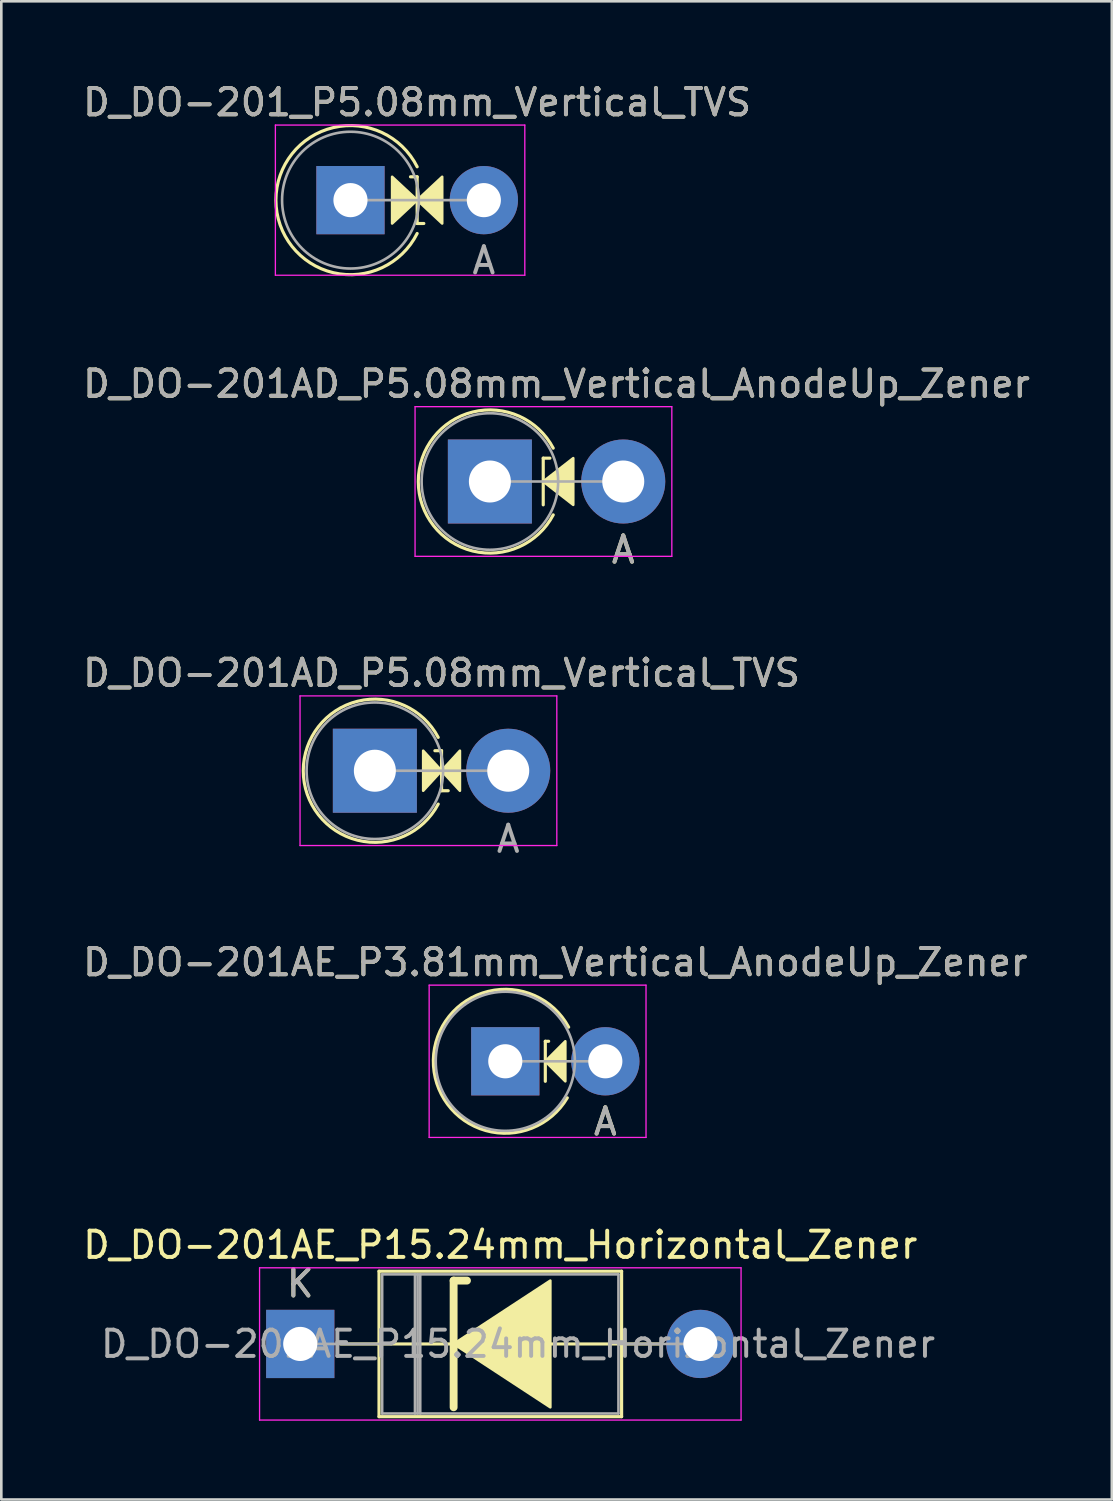
<source format=kicad_pcb>
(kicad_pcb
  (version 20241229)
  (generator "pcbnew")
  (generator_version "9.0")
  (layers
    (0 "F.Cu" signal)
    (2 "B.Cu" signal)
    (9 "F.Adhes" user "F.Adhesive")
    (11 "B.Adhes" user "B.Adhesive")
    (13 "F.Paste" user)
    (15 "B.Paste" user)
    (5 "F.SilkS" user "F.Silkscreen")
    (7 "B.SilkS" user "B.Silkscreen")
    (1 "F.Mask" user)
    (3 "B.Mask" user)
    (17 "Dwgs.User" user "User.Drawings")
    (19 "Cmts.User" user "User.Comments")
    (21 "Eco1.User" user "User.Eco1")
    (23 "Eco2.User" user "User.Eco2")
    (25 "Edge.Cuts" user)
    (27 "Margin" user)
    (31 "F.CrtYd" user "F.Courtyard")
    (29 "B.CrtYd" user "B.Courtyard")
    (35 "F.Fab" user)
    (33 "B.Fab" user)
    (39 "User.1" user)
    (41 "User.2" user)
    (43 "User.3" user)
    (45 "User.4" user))
  (footprint "D_DO-201AD_P5.08mm_Vertical_AnodeUp_Zener"
    (layer "F.Cu")
    (at 15.609 15.29)
    (property "Reference" "D_DO-201AD_P5.08mm_Vertical_AnodeUp_Zener" (at 2.54 -3.72 0) (layer "F.SilkS") (effects (font (size 1 1) (thickness 0.15))))
    (attr through_hole)
    (fp_line (start 2.032 -0.889) (end 2.286 -0.889) (stroke (width 0.12) (type solid)) (layer "F.SilkS"))
    (fp_line (start 2.032 0.889) (end 2.032 -0.889) (stroke (width 0.12) (type solid)) (layer "F.SilkS"))
    (fp_arc (start 2.412999 1.27) (mid -2.726805 0) (end 2.412999 -1.269999) (stroke (width 0.12) (type solid)) (layer "F.SilkS"))
    (fp_poly (pts (xy 3.175 0.889) (xy 2.032 0) (xy 3.175 -0.889)) (stroke (width 0.1) (type solid)) (fill yes) (layer "F.SilkS"))
    (fp_line (start -2.85 -2.85) (end -2.85 2.85) (stroke (width 0.05) (type solid)) (layer "F.CrtYd"))
    (fp_line (start -2.85 2.85) (end 6.93 2.85) (stroke (width 0.05) (type solid)) (layer "F.CrtYd"))
    (fp_line (start 6.93 -2.85) (end -2.85 -2.85) (stroke (width 0.05) (type solid)) (layer "F.CrtYd"))
    (fp_line (start 6.93 2.85) (end 6.93 -2.85) (stroke (width 0.05) (type solid)) (layer "F.CrtYd"))
    (fp_line (start 0 0) (end 5.08 0) (stroke (width 0.1) (type solid)) (layer "F.Fab"))
    (fp_circle (center 0 0) (end 2.6 0) (stroke (width 0.1) (type solid)) (fill no) (layer "F.Fab"))
    (fp_text user "A" (at 5.08 2.6 0) (layer "F.SilkS") (effects (font (size 1 1) (thickness 0.15))))
    (fp_text user "${REFERENCE}" (at 2.54 -3.72 0) (layer "F.Fab") (effects (font (size 1 1) (thickness 0.15))))
    (fp_text user "A" (at 5.08 2.6 0) (layer "F.Fab") (effects (font (size 1 1) (thickness 0.15))))
    (pad "1" thru_hole rect (at 0 0) (size 3.2 3.2) (drill 1.6) (layers "*.Cu" "*.Mask"))
    (pad "2" thru_hole oval (at 5.08 0) (size 3.2 3.2) (drill 1.6) (layers "*.Cu" "*.Mask")))
  (footprint "D_DO-201AE_P3.81mm_Vertical_AnodeUp_Zener"
    (layer "F.Cu")
    (at 16.196 37.373)
    (property "Reference" "D_DO-201AE_P3.81mm_Vertical_AnodeUp_Zener" (at 1.905 -3.77 0) (layer "F.SilkS") (effects (font (size 1 1) (thickness 0.15))))
    (attr through_hole)
    (fp_line (start 1.524 -0.762) (end 1.524 0.762) (stroke (width 0.12) (type solid)) (layer "F.SilkS"))
    (fp_line (start 1.524 -0.762) (end 1.651 -0.762) (stroke (width 0.12) (type solid)) (layer "F.SilkS"))
    (fp_arc (start 2.361782 1.391144) (mid -2.74054 -0.052312) (end 2.413151 -1.3) (stroke (width 0.12) (type solid)) (layer "F.SilkS"))
    (fp_poly (pts (xy 2.286 0.762) (xy 1.524 0) (xy 2.286 -0.762)) (stroke (width 0.1) (type solid)) (fill yes) (layer "F.SilkS"))
    (fp_line (start -2.9 -2.9) (end -2.9 2.9) (stroke (width 0.05) (type solid)) (layer "F.CrtYd"))
    (fp_line (start -2.9 2.9) (end 5.36 2.9) (stroke (width 0.05) (type solid)) (layer "F.CrtYd"))
    (fp_line (start 5.36 -2.9) (end -2.9 -2.9) (stroke (width 0.05) (type solid)) (layer "F.CrtYd"))
    (fp_line (start 5.36 2.9) (end 5.36 -2.9) (stroke (width 0.05) (type solid)) (layer "F.CrtYd"))
    (fp_line (start 0 0) (end 3.81 0) (stroke (width 0.1) (type solid)) (layer "F.Fab"))
    (fp_circle (center 0 0) (end 2.65 0) (stroke (width 0.1) (type solid)) (fill no) (layer "F.Fab"))
    (fp_text user "A" (at 3.81 2.3 0) (layer "F.SilkS") (effects (font (size 1 1) (thickness 0.15))))
    (fp_text user "A" (at 3.81 2.3 0) (layer "F.Fab") (effects (font (size 1 1) (thickness 0.15))))
    (fp_text user "${REFERENCE}" (at 1.905 -3.77 0) (layer "F.Fab") (effects (font (size 1 1) (thickness 0.15))))
    (pad "1" thru_hole rect (at 0 0) (size 2.6 2.6) (drill 1.3) (layers "*.Cu" "*.Mask"))
    (pad "2" thru_hole oval (at 3.81 0) (size 2.6 2.6) (drill 1.3) (layers "*.Cu" "*.Mask")))
  (footprint "D_DO-201AD_P5.08mm_Vertical_TVS"
    (layer "F.Cu")
    (at 11.228 26.306)
    (property "Reference" "D_DO-201AD_P5.08mm_Vertical_TVS" (at 2.54 -3.72 0) (layer "F.SilkS") (effects (font (size 1 1) (thickness 0.15))))
    (attr through_hole)
    (fp_line (start 2.54 -0.762) (end 2.286 -0.762) (stroke (width 0.12) (type solid)) (layer "F.SilkS"))
    (fp_line (start 2.54 -0.762) (end 2.54 0.762) (stroke (width 0.12) (type solid)) (layer "F.SilkS"))
    (fp_line (start 2.54 0.762) (end 2.794 0.762) (stroke (width 0.12) (type solid)) (layer "F.SilkS"))
    (fp_arc (start 2.412999 1.27) (mid -2.726805 0) (end 2.412999 -1.269999) (stroke (width 0.12) (type solid)) (layer "F.SilkS"))
    (fp_poly (pts (xy 1.841 -0.762) (xy 2.54 0) (xy 1.841 0.762)) (stroke (width 0.1) (type solid)) (fill yes) (layer "F.SilkS"))
    (fp_poly (pts (xy 3.239 0.762) (xy 2.54 0) (xy 3.239 -0.762)) (stroke (width 0.1) (type solid)) (fill yes) (layer "F.SilkS"))
    (fp_line (start -2.85 -2.85) (end -2.85 2.85) (stroke (width 0.05) (type solid)) (layer "F.CrtYd"))
    (fp_line (start -2.85 2.85) (end 6.93 2.85) (stroke (width 0.05) (type solid)) (layer "F.CrtYd"))
    (fp_line (start 6.93 -2.85) (end -2.85 -2.85) (stroke (width 0.05) (type solid)) (layer "F.CrtYd"))
    (fp_line (start 6.93 2.85) (end 6.93 -2.85) (stroke (width 0.05) (type solid)) (layer "F.CrtYd"))
    (fp_line (start 0 0) (end 5.08 0) (stroke (width 0.1) (type solid)) (layer "F.Fab"))
    (fp_circle (center 0 0) (end 2.6 0) (stroke (width 0.1) (type solid)) (fill no) (layer "F.Fab"))
    (fp_text user "${REFERENCE}" (at 2.54 -3.72 0) (layer "F.Fab") (effects (font (size 1 1) (thickness 0.15))))
    (fp_text user "A" (at 5.08 2.6 0) (layer "F.Fab") (effects (font (size 1 1) (thickness 0.15))))
    (pad "1" thru_hole rect (at 0 0) (size 3.2 3.2) (drill 1.6) (layers "*.Cu" "*.Mask"))
    (pad "2" thru_hole oval (at 5.08 0) (size 3.2 3.2) (drill 1.6) (layers "*.Cu" "*.Mask")))
  (footprint "D_DO-201_P5.08mm_Vertical_TVS"
    (layer "F.Cu")
    (at 10.299 4.573)
    (property "Reference" "D_DO-201_P5.08mm_Vertical_TVS" (at 2.54 -3.725 0) (layer "F.SilkS") (effects (font (size 1 1) (thickness 0.15))))
    (attr through_hole)
    (fp_line (start 2.54 -0.889) (end 2.286 -0.889) (stroke (width 0.12) (type solid)) (layer "F.SilkS"))
    (fp_line (start 2.54 -0.889) (end 2.54 0.889) (stroke (width 0.12) (type solid)) (layer "F.SilkS"))
    (fp_line (start 2.54 0.889) (end 2.794 0.889) (stroke (width 0.12) (type solid)) (layer "F.SilkS"))
    (fp_arc (start 2.539999 1.27) (mid -2.839805 0) (end 2.539999 -1.269999) (stroke (width 0.12) (type solid)) (layer "F.SilkS"))
    (fp_poly (pts (xy 1.587 -0.889) (xy 2.54 0) (xy 1.587 0.889)) (stroke (width 0.1) (type solid)) (fill yes) (layer "F.SilkS"))
    (fp_poly (pts (xy 3.493 0.889) (xy 2.54 0) (xy 3.493 -0.889)) (stroke (width 0.1) (type solid)) (fill yes) (layer "F.SilkS"))
    (fp_line (start -2.86 -2.86) (end -2.86 2.86) (stroke (width 0.05) (type solid)) (layer "F.CrtYd"))
    (fp_line (start -2.86 2.86) (end 6.64 2.86) (stroke (width 0.05) (type solid)) (layer "F.CrtYd"))
    (fp_line (start 6.64 -2.86) (end -2.86 -2.86) (stroke (width 0.05) (type solid)) (layer "F.CrtYd"))
    (fp_line (start 6.64 2.86) (end 6.64 -2.86) (stroke (width 0.05) (type solid)) (layer "F.CrtYd"))
    (fp_line (start 0 0) (end 5.08 0) (stroke (width 0.1) (type solid)) (layer "F.Fab"))
    (fp_circle (center 0 0) (end 2.605 0) (stroke (width 0.1) (type solid)) (fill no) (layer "F.Fab"))
    (fp_text user "A" (at 5.08 2.3 0) (layer "F.Fab") (effects (font (size 1 1) (thickness 0.15))))
    (fp_text user "${REFERENCE}" (at 2.54 -3.725 0) (layer "F.Fab") (effects (font (size 1 1) (thickness 0.15))))
    (pad "1" thru_hole rect (at 0 0) (size 2.6 2.6) (drill 1.3) (layers "*.Cu" "*.Mask"))
    (pad "2" thru_hole oval (at 5.08 0) (size 2.6 2.6) (drill 1.3) (layers "*.Cu" "*.Mask")))
  (footprint "D_DO-201AE_P15.24mm_Horizontal_Zener"
    (layer "F.Cu")
    (at 8.386 48.139)
    (property "Reference" "D_DO-201AE_P15.24mm_Horizontal_Zener" (at 7.62 -3.77 0) (layer "F.SilkS") (effects (font (size 1 1) (thickness 0.15))))
    (attr through_hole)
    (fp_line (start 1.54 0) (end 3 0) (stroke (width 0.12) (type solid)) (layer "F.SilkS"))
    (fp_line (start 3 -2.77) (end 3 2.77) (stroke (width 0.12) (type solid)) (layer "F.SilkS"))
    (fp_line (start 3 2.77) (end 12.24 2.77) (stroke (width 0.12) (type solid)) (layer "F.SilkS"))
    (fp_line (start 5.842 -2.413) (end 5.842 2.413) (stroke (width 0.3) (type solid)) (layer "F.SilkS"))
    (fp_line (start 5.842 -2.413) (end 6.35 -2.413) (stroke (width 0.3) (type solid)) (layer "F.SilkS"))
    (fp_line (start 5.969 0) (end 3 0) (stroke (width 0.12) (type solid)) (layer "F.SilkS"))
    (fp_line (start 9.525 0) (end 12.24 0) (stroke (width 0.12) (type solid)) (layer "F.SilkS"))
    (fp_line (start 12.24 -2.77) (end 3 -2.77) (stroke (width 0.12) (type solid)) (layer "F.SilkS"))
    (fp_line (start 12.24 2.77) (end 12.24 -2.77) (stroke (width 0.12) (type solid)) (layer "F.SilkS"))
    (fp_line (start 13.7 0) (end 12.24 0) (stroke (width 0.12) (type solid)) (layer "F.SilkS"))
    (fp_poly (pts (xy 9.525 2.413) (xy 5.842 0) (xy 9.525 -2.413)) (stroke (width 0.1) (type solid)) (fill yes) (layer "F.SilkS"))
    (fp_line (start -1.55 -2.9) (end -1.55 2.9) (stroke (width 0.05) (type solid)) (layer "F.CrtYd"))
    (fp_line (start -1.55 2.9) (end 16.79 2.9) (stroke (width 0.05) (type solid)) (layer "F.CrtYd"))
    (fp_line (start 16.79 -2.9) (end -1.55 -2.9) (stroke (width 0.05) (type solid)) (layer "F.CrtYd"))
    (fp_line (start 16.79 2.9) (end 16.79 -2.9) (stroke (width 0.05) (type solid)) (layer "F.CrtYd"))
    (fp_line (start 0 0) (end 3.12 0) (stroke (width 0.1) (type solid)) (layer "F.Fab"))
    (fp_line (start 3.12 -2.65) (end 3.12 2.65) (stroke (width 0.1) (type solid)) (layer "F.Fab"))
    (fp_line (start 3.12 2.65) (end 12.12 2.65) (stroke (width 0.1) (type solid)) (layer "F.Fab"))
    (fp_line (start 4.37 -2.65) (end 4.37 2.65) (stroke (width 0.1) (type solid)) (layer "F.Fab"))
    (fp_line (start 4.47 -2.65) (end 4.47 2.65) (stroke (width 0.1) (type solid)) (layer "F.Fab"))
    (fp_line (start 4.57 -2.65) (end 4.57 2.65) (stroke (width 0.1) (type solid)) (layer "F.Fab"))
    (fp_line (start 12.12 -2.65) (end 3.12 -2.65) (stroke (width 0.1) (type solid)) (layer "F.Fab"))
    (fp_line (start 12.12 2.65) (end 12.12 -2.65) (stroke (width 0.1) (type solid)) (layer "F.Fab"))
    (fp_line (start 15.24 0) (end 12.12 0) (stroke (width 0.1) (type solid)) (layer "F.Fab"))
    (fp_text user "K" (at 0 -2.3 0) (layer "F.SilkS") (effects (font (size 1 1) (thickness 0.15))))
    (fp_text user "K" (at 0 -2.3 0) (layer "F.Fab") (effects (font (size 1 1) (thickness 0.15))))
    (fp_text user "${REFERENCE}" (at 8.295 0 0) (layer "F.Fab") (effects (font (size 1 1) (thickness 0.15))))
    (pad "1" thru_hole rect (at 0 0) (size 2.6 2.6) (drill 1.3) (layers "*.Cu" "*.Mask"))
    (pad "2" thru_hole oval (at 15.24 0) (size 2.6 2.6) (drill 1.3) (layers "*.Cu" "*.Mask")))
  (gr_rect
    (start -3 -3)
    (end 39.298 54.064)
    (stroke (width 0.1) (type default))
    (fill no)
    (layer "Edge.Cuts")))
</source>
